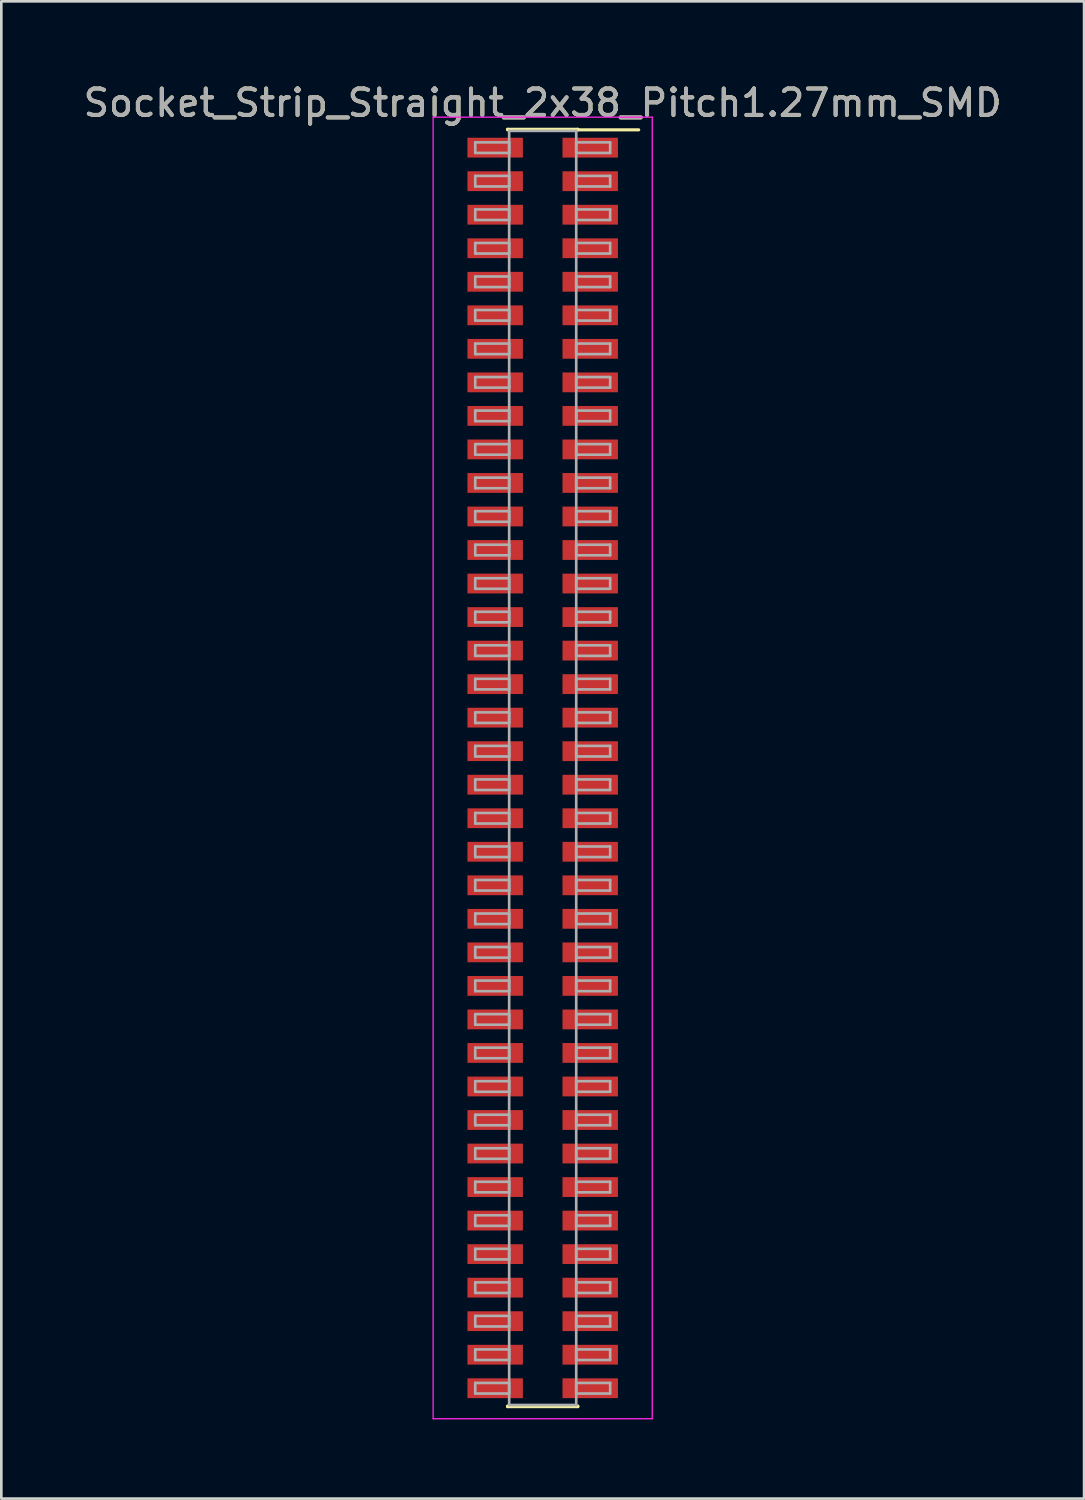
<source format=kicad_pcb>
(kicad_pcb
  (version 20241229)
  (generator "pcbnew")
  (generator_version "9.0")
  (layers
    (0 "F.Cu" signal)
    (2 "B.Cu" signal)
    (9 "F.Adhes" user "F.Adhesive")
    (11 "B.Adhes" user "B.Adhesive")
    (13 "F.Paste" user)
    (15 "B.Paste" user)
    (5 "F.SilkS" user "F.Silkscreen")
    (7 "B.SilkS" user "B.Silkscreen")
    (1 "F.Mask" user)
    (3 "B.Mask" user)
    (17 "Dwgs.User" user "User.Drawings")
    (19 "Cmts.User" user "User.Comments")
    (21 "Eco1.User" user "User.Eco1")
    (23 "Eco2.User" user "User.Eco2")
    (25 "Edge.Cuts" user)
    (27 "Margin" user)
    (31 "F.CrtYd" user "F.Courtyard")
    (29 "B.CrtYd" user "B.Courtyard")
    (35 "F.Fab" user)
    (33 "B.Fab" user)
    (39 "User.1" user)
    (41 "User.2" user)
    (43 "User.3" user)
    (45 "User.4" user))
  (footprint "Socket_Strip_Straight_2x38_Pitch1.27mm_SMD"
    (layer "F.Cu")
    (at 17.506 26.038)
    (property "Reference" "Socket_Strip_Straight_2x38_Pitch1.27mm_SMD" (at 0 -25.19 0) (layer "F.SilkS") (effects (font (size 1 1) (thickness 0.15))))
    (attr smd)
    (fp_line (start -1.33 -24.19) (end 1.33 -24.19) (stroke (width 0.12) (type solid)) (layer "F.SilkS"))
    (fp_line (start -1.33 -24.17) (end -1.33 -24.19) (stroke (width 0.12) (type solid)) (layer "F.SilkS"))
    (fp_line (start -1.33 24.17) (end -1.33 24.19) (stroke (width 0.12) (type solid)) (layer "F.SilkS"))
    (fp_line (start -1.33 24.19) (end 1.33 24.19) (stroke (width 0.12) (type solid)) (layer "F.SilkS"))
    (fp_line (start 1.33 -24.19) (end 1.33 -24.17) (stroke (width 0.12) (type solid)) (layer "F.SilkS"))
    (fp_line (start 1.33 24.19) (end 1.33 24.17) (stroke (width 0.12) (type solid)) (layer "F.SilkS"))
    (fp_line (start 3.635 -24.17) (end 1.33 -24.17) (stroke (width 0.12) (type solid)) (layer "F.SilkS"))
    (fp_line (start -4.15 -24.65) (end -4.15 24.65) (stroke (width 0.05) (type solid)) (layer "F.CrtYd"))
    (fp_line (start -4.15 24.65) (end 4.15 24.65) (stroke (width 0.05) (type solid)) (layer "F.CrtYd"))
    (fp_line (start 4.15 -24.65) (end -4.15 -24.65) (stroke (width 0.05) (type solid)) (layer "F.CrtYd"))
    (fp_line (start 4.15 24.65) (end 4.15 -24.65) (stroke (width 0.05) (type solid)) (layer "F.CrtYd"))
    (fp_line (start -2.555 -23.695) (end -1.27 -23.695) (stroke (width 0.1) (type solid)) (layer "F.Fab"))
    (fp_line (start -2.555 -23.295) (end -2.555 -23.695) (stroke (width 0.1) (type solid)) (layer "F.Fab"))
    (fp_line (start -2.555 -22.425) (end -1.27 -22.425) (stroke (width 0.1) (type solid)) (layer "F.Fab"))
    (fp_line (start -2.555 -22.025) (end -2.555 -22.425) (stroke (width 0.1) (type solid)) (layer "F.Fab"))
    (fp_line (start -2.555 -21.155) (end -1.27 -21.155) (stroke (width 0.1) (type solid)) (layer "F.Fab"))
    (fp_line (start -2.555 -20.755) (end -2.555 -21.155) (stroke (width 0.1) (type solid)) (layer "F.Fab"))
    (fp_line (start -2.555 -19.885) (end -1.27 -19.885) (stroke (width 0.1) (type solid)) (layer "F.Fab"))
    (fp_line (start -2.555 -19.485) (end -2.555 -19.885) (stroke (width 0.1) (type solid)) (layer "F.Fab"))
    (fp_line (start -2.555 -18.615) (end -1.27 -18.615) (stroke (width 0.1) (type solid)) (layer "F.Fab"))
    (fp_line (start -2.555 -18.215) (end -2.555 -18.615) (stroke (width 0.1) (type solid)) (layer "F.Fab"))
    (fp_line (start -2.555 -17.345) (end -1.27 -17.345) (stroke (width 0.1) (type solid)) (layer "F.Fab"))
    (fp_line (start -2.555 -16.945) (end -2.555 -17.345) (stroke (width 0.1) (type solid)) (layer "F.Fab"))
    (fp_line (start -2.555 -16.075) (end -1.27 -16.075) (stroke (width 0.1) (type solid)) (layer "F.Fab"))
    (fp_line (start -2.555 -15.675) (end -2.555 -16.075) (stroke (width 0.1) (type solid)) (layer "F.Fab"))
    (fp_line (start -2.555 -14.805) (end -1.27 -14.805) (stroke (width 0.1) (type solid)) (layer "F.Fab"))
    (fp_line (start -2.555 -14.405) (end -2.555 -14.805) (stroke (width 0.1) (type solid)) (layer "F.Fab"))
    (fp_line (start -2.555 -13.535) (end -1.27 -13.535) (stroke (width 0.1) (type solid)) (layer "F.Fab"))
    (fp_line (start -2.555 -13.135) (end -2.555 -13.535) (stroke (width 0.1) (type solid)) (layer "F.Fab"))
    (fp_line (start -2.555 -12.265) (end -1.27 -12.265) (stroke (width 0.1) (type solid)) (layer "F.Fab"))
    (fp_line (start -2.555 -11.865) (end -2.555 -12.265) (stroke (width 0.1) (type solid)) (layer "F.Fab"))
    (fp_line (start -2.555 -10.995) (end -1.27 -10.995) (stroke (width 0.1) (type solid)) (layer "F.Fab"))
    (fp_line (start -2.555 -10.595) (end -2.555 -10.995) (stroke (width 0.1) (type solid)) (layer "F.Fab"))
    (fp_line (start -2.555 -9.725) (end -1.27 -9.725) (stroke (width 0.1) (type solid)) (layer "F.Fab"))
    (fp_line (start -2.555 -9.325) (end -2.555 -9.725) (stroke (width 0.1) (type solid)) (layer "F.Fab"))
    (fp_line (start -2.555 -8.455) (end -1.27 -8.455) (stroke (width 0.1) (type solid)) (layer "F.Fab"))
    (fp_line (start -2.555 -8.055) (end -2.555 -8.455) (stroke (width 0.1) (type solid)) (layer "F.Fab"))
    (fp_line (start -2.555 -7.185) (end -1.27 -7.185) (stroke (width 0.1) (type solid)) (layer "F.Fab"))
    (fp_line (start -2.555 -6.785) (end -2.555 -7.185) (stroke (width 0.1) (type solid)) (layer "F.Fab"))
    (fp_line (start -2.555 -5.915) (end -1.27 -5.915) (stroke (width 0.1) (type solid)) (layer "F.Fab"))
    (fp_line (start -2.555 -5.515) (end -2.555 -5.915) (stroke (width 0.1) (type solid)) (layer "F.Fab"))
    (fp_line (start -2.555 -4.645) (end -1.27 -4.645) (stroke (width 0.1) (type solid)) (layer "F.Fab"))
    (fp_line (start -2.555 -4.245) (end -2.555 -4.645) (stroke (width 0.1) (type solid)) (layer "F.Fab"))
    (fp_line (start -2.555 -3.375) (end -1.27 -3.375) (stroke (width 0.1) (type solid)) (layer "F.Fab"))
    (fp_line (start -2.555 -2.975) (end -2.555 -3.375) (stroke (width 0.1) (type solid)) (layer "F.Fab"))
    (fp_line (start -2.555 -2.105) (end -1.27 -2.105) (stroke (width 0.1) (type solid)) (layer "F.Fab"))
    (fp_line (start -2.555 -1.705) (end -2.555 -2.105) (stroke (width 0.1) (type solid)) (layer "F.Fab"))
    (fp_line (start -2.555 -0.835) (end -1.27 -0.835) (stroke (width 0.1) (type solid)) (layer "F.Fab"))
    (fp_line (start -2.555 -0.435) (end -2.555 -0.835) (stroke (width 0.1) (type solid)) (layer "F.Fab"))
    (fp_line (start -2.555 0.435) (end -1.27 0.435) (stroke (width 0.1) (type solid)) (layer "F.Fab"))
    (fp_line (start -2.555 0.835) (end -2.555 0.435) (stroke (width 0.1) (type solid)) (layer "F.Fab"))
    (fp_line (start -2.555 1.705) (end -1.27 1.705) (stroke (width 0.1) (type solid)) (layer "F.Fab"))
    (fp_line (start -2.555 2.105) (end -2.555 1.705) (stroke (width 0.1) (type solid)) (layer "F.Fab"))
    (fp_line (start -2.555 2.975) (end -1.27 2.975) (stroke (width 0.1) (type solid)) (layer "F.Fab"))
    (fp_line (start -2.555 3.375) (end -2.555 2.975) (stroke (width 0.1) (type solid)) (layer "F.Fab"))
    (fp_line (start -2.555 4.245) (end -1.27 4.245) (stroke (width 0.1) (type solid)) (layer "F.Fab"))
    (fp_line (start -2.555 4.645) (end -2.555 4.245) (stroke (width 0.1) (type solid)) (layer "F.Fab"))
    (fp_line (start -2.555 5.515) (end -1.27 5.515) (stroke (width 0.1) (type solid)) (layer "F.Fab"))
    (fp_line (start -2.555 5.915) (end -2.555 5.515) (stroke (width 0.1) (type solid)) (layer "F.Fab"))
    (fp_line (start -2.555 6.785) (end -1.27 6.785) (stroke (width 0.1) (type solid)) (layer "F.Fab"))
    (fp_line (start -2.555 7.185) (end -2.555 6.785) (stroke (width 0.1) (type solid)) (layer "F.Fab"))
    (fp_line (start -2.555 8.055) (end -1.27 8.055) (stroke (width 0.1) (type solid)) (layer "F.Fab"))
    (fp_line (start -2.555 8.455) (end -2.555 8.055) (stroke (width 0.1) (type solid)) (layer "F.Fab"))
    (fp_line (start -2.555 9.325) (end -1.27 9.325) (stroke (width 0.1) (type solid)) (layer "F.Fab"))
    (fp_line (start -2.555 9.725) (end -2.555 9.325) (stroke (width 0.1) (type solid)) (layer "F.Fab"))
    (fp_line (start -2.555 10.595) (end -1.27 10.595) (stroke (width 0.1) (type solid)) (layer "F.Fab"))
    (fp_line (start -2.555 10.995) (end -2.555 10.595) (stroke (width 0.1) (type solid)) (layer "F.Fab"))
    (fp_line (start -2.555 11.865) (end -1.27 11.865) (stroke (width 0.1) (type solid)) (layer "F.Fab"))
    (fp_line (start -2.555 12.265) (end -2.555 11.865) (stroke (width 0.1) (type solid)) (layer "F.Fab"))
    (fp_line (start -2.555 13.135) (end -1.27 13.135) (stroke (width 0.1) (type solid)) (layer "F.Fab"))
    (fp_line (start -2.555 13.535) (end -2.555 13.135) (stroke (width 0.1) (type solid)) (layer "F.Fab"))
    (fp_line (start -2.555 14.405) (end -1.27 14.405) (stroke (width 0.1) (type solid)) (layer "F.Fab"))
    (fp_line (start -2.555 14.805) (end -2.555 14.405) (stroke (width 0.1) (type solid)) (layer "F.Fab"))
    (fp_line (start -2.555 15.675) (end -1.27 15.675) (stroke (width 0.1) (type solid)) (layer "F.Fab"))
    (fp_line (start -2.555 16.075) (end -2.555 15.675) (stroke (width 0.1) (type solid)) (layer "F.Fab"))
    (fp_line (start -2.555 16.945) (end -1.27 16.945) (stroke (width 0.1) (type solid)) (layer "F.Fab"))
    (fp_line (start -2.555 17.345) (end -2.555 16.945) (stroke (width 0.1) (type solid)) (layer "F.Fab"))
    (fp_line (start -2.555 18.215) (end -1.27 18.215) (stroke (width 0.1) (type solid)) (layer "F.Fab"))
    (fp_line (start -2.555 18.615) (end -2.555 18.215) (stroke (width 0.1) (type solid)) (layer "F.Fab"))
    (fp_line (start -2.555 19.485) (end -1.27 19.485) (stroke (width 0.1) (type solid)) (layer "F.Fab"))
    (fp_line (start -2.555 19.885) (end -2.555 19.485) (stroke (width 0.1) (type solid)) (layer "F.Fab"))
    (fp_line (start -2.555 20.755) (end -1.27 20.755) (stroke (width 0.1) (type solid)) (layer "F.Fab"))
    (fp_line (start -2.555 21.155) (end -2.555 20.755) (stroke (width 0.1) (type solid)) (layer "F.Fab"))
    (fp_line (start -2.555 22.025) (end -1.27 22.025) (stroke (width 0.1) (type solid)) (layer "F.Fab"))
    (fp_line (start -2.555 22.425) (end -2.555 22.025) (stroke (width 0.1) (type solid)) (layer "F.Fab"))
    (fp_line (start -2.555 23.295) (end -1.27 23.295) (stroke (width 0.1) (type solid)) (layer "F.Fab"))
    (fp_line (start -2.555 23.695) (end -2.555 23.295) (stroke (width 0.1) (type solid)) (layer "F.Fab"))
    (fp_line (start -1.27 -24.13) (end -1.27 24.13) (stroke (width 0.1) (type solid)) (layer "F.Fab"))
    (fp_line (start -1.27 -23.695) (end -1.27 -23.295) (stroke (width 0.1) (type solid)) (layer "F.Fab"))
    (fp_line (start -1.27 -23.295) (end -2.555 -23.295) (stroke (width 0.1) (type solid)) (layer "F.Fab"))
    (fp_line (start -1.27 -22.425) (end -1.27 -22.025) (stroke (width 0.1) (type solid)) (layer "F.Fab"))
    (fp_line (start -1.27 -22.025) (end -2.555 -22.025) (stroke (width 0.1) (type solid)) (layer "F.Fab"))
    (fp_line (start -1.27 -21.155) (end -1.27 -20.755) (stroke (width 0.1) (type solid)) (layer "F.Fab"))
    (fp_line (start -1.27 -20.755) (end -2.555 -20.755) (stroke (width 0.1) (type solid)) (layer "F.Fab"))
    (fp_line (start -1.27 -19.885) (end -1.27 -19.485) (stroke (width 0.1) (type solid)) (layer "F.Fab"))
    (fp_line (start -1.27 -19.485) (end -2.555 -19.485) (stroke (width 0.1) (type solid)) (layer "F.Fab"))
    (fp_line (start -1.27 -18.615) (end -1.27 -18.215) (stroke (width 0.1) (type solid)) (layer "F.Fab"))
    (fp_line (start -1.27 -18.215) (end -2.555 -18.215) (stroke (width 0.1) (type solid)) (layer "F.Fab"))
    (fp_line (start -1.27 -17.345) (end -1.27 -16.945) (stroke (width 0.1) (type solid)) (layer "F.Fab"))
    (fp_line (start -1.27 -16.945) (end -2.555 -16.945) (stroke (width 0.1) (type solid)) (layer "F.Fab"))
    (fp_line (start -1.27 -16.075) (end -1.27 -15.675) (stroke (width 0.1) (type solid)) (layer "F.Fab"))
    (fp_line (start -1.27 -15.675) (end -2.555 -15.675) (stroke (width 0.1) (type solid)) (layer "F.Fab"))
    (fp_line (start -1.27 -14.805) (end -1.27 -14.405) (stroke (width 0.1) (type solid)) (layer "F.Fab"))
    (fp_line (start -1.27 -14.405) (end -2.555 -14.405) (stroke (width 0.1) (type solid)) (layer "F.Fab"))
    (fp_line (start -1.27 -13.535) (end -1.27 -13.135) (stroke (width 0.1) (type solid)) (layer "F.Fab"))
    (fp_line (start -1.27 -13.135) (end -2.555 -13.135) (stroke (width 0.1) (type solid)) (layer "F.Fab"))
    (fp_line (start -1.27 -12.265) (end -1.27 -11.865) (stroke (width 0.1) (type solid)) (layer "F.Fab"))
    (fp_line (start -1.27 -11.865) (end -2.555 -11.865) (stroke (width 0.1) (type solid)) (layer "F.Fab"))
    (fp_line (start -1.27 -10.995) (end -1.27 -10.595) (stroke (width 0.1) (type solid)) (layer "F.Fab"))
    (fp_line (start -1.27 -10.595) (end -2.555 -10.595) (stroke (width 0.1) (type solid)) (layer "F.Fab"))
    (fp_line (start -1.27 -9.725) (end -1.27 -9.325) (stroke (width 0.1) (type solid)) (layer "F.Fab"))
    (fp_line (start -1.27 -9.325) (end -2.555 -9.325) (stroke (width 0.1) (type solid)) (layer "F.Fab"))
    (fp_line (start -1.27 -8.455) (end -1.27 -8.055) (stroke (width 0.1) (type solid)) (layer "F.Fab"))
    (fp_line (start -1.27 -8.055) (end -2.555 -8.055) (stroke (width 0.1) (type solid)) (layer "F.Fab"))
    (fp_line (start -1.27 -7.185) (end -1.27 -6.785) (stroke (width 0.1) (type solid)) (layer "F.Fab"))
    (fp_line (start -1.27 -6.785) (end -2.555 -6.785) (stroke (width 0.1) (type solid)) (layer "F.Fab"))
    (fp_line (start -1.27 -5.915) (end -1.27 -5.515) (stroke (width 0.1) (type solid)) (layer "F.Fab"))
    (fp_line (start -1.27 -5.515) (end -2.555 -5.515) (stroke (width 0.1) (type solid)) (layer "F.Fab"))
    (fp_line (start -1.27 -4.645) (end -1.27 -4.245) (stroke (width 0.1) (type solid)) (layer "F.Fab"))
    (fp_line (start -1.27 -4.245) (end -2.555 -4.245) (stroke (width 0.1) (type solid)) (layer "F.Fab"))
    (fp_line (start -1.27 -3.375) (end -1.27 -2.975) (stroke (width 0.1) (type solid)) (layer "F.Fab"))
    (fp_line (start -1.27 -2.975) (end -2.555 -2.975) (stroke (width 0.1) (type solid)) (layer "F.Fab"))
    (fp_line (start -1.27 -2.105) (end -1.27 -1.705) (stroke (width 0.1) (type solid)) (layer "F.Fab"))
    (fp_line (start -1.27 -1.705) (end -2.555 -1.705) (stroke (width 0.1) (type solid)) (layer "F.Fab"))
    (fp_line (start -1.27 -0.835) (end -1.27 -0.435) (stroke (width 0.1) (type solid)) (layer "F.Fab"))
    (fp_line (start -1.27 -0.435) (end -2.555 -0.435) (stroke (width 0.1) (type solid)) (layer "F.Fab"))
    (fp_line (start -1.27 0.435) (end -1.27 0.835) (stroke (width 0.1) (type solid)) (layer "F.Fab"))
    (fp_line (start -1.27 0.835) (end -2.555 0.835) (stroke (width 0.1) (type solid)) (layer "F.Fab"))
    (fp_line (start -1.27 1.705) (end -1.27 2.105) (stroke (width 0.1) (type solid)) (layer "F.Fab"))
    (fp_line (start -1.27 2.105) (end -2.555 2.105) (stroke (width 0.1) (type solid)) (layer "F.Fab"))
    (fp_line (start -1.27 2.975) (end -1.27 3.375) (stroke (width 0.1) (type solid)) (layer "F.Fab"))
    (fp_line (start -1.27 3.375) (end -2.555 3.375) (stroke (width 0.1) (type solid)) (layer "F.Fab"))
    (fp_line (start -1.27 4.245) (end -1.27 4.645) (stroke (width 0.1) (type solid)) (layer "F.Fab"))
    (fp_line (start -1.27 4.645) (end -2.555 4.645) (stroke (width 0.1) (type solid)) (layer "F.Fab"))
    (fp_line (start -1.27 5.515) (end -1.27 5.915) (stroke (width 0.1) (type solid)) (layer "F.Fab"))
    (fp_line (start -1.27 5.915) (end -2.555 5.915) (stroke (width 0.1) (type solid)) (layer "F.Fab"))
    (fp_line (start -1.27 6.785) (end -1.27 7.185) (stroke (width 0.1) (type solid)) (layer "F.Fab"))
    (fp_line (start -1.27 7.185) (end -2.555 7.185) (stroke (width 0.1) (type solid)) (layer "F.Fab"))
    (fp_line (start -1.27 8.055) (end -1.27 8.455) (stroke (width 0.1) (type solid)) (layer "F.Fab"))
    (fp_line (start -1.27 8.455) (end -2.555 8.455) (stroke (width 0.1) (type solid)) (layer "F.Fab"))
    (fp_line (start -1.27 9.325) (end -1.27 9.725) (stroke (width 0.1) (type solid)) (layer "F.Fab"))
    (fp_line (start -1.27 9.725) (end -2.555 9.725) (stroke (width 0.1) (type solid)) (layer "F.Fab"))
    (fp_line (start -1.27 10.595) (end -1.27 10.995) (stroke (width 0.1) (type solid)) (layer "F.Fab"))
    (fp_line (start -1.27 10.995) (end -2.555 10.995) (stroke (width 0.1) (type solid)) (layer "F.Fab"))
    (fp_line (start -1.27 11.865) (end -1.27 12.265) (stroke (width 0.1) (type solid)) (layer "F.Fab"))
    (fp_line (start -1.27 12.265) (end -2.555 12.265) (stroke (width 0.1) (type solid)) (layer "F.Fab"))
    (fp_line (start -1.27 13.135) (end -1.27 13.535) (stroke (width 0.1) (type solid)) (layer "F.Fab"))
    (fp_line (start -1.27 13.535) (end -2.555 13.535) (stroke (width 0.1) (type solid)) (layer "F.Fab"))
    (fp_line (start -1.27 14.405) (end -1.27 14.805) (stroke (width 0.1) (type solid)) (layer "F.Fab"))
    (fp_line (start -1.27 14.805) (end -2.555 14.805) (stroke (width 0.1) (type solid)) (layer "F.Fab"))
    (fp_line (start -1.27 15.675) (end -1.27 16.075) (stroke (width 0.1) (type solid)) (layer "F.Fab"))
    (fp_line (start -1.27 16.075) (end -2.555 16.075) (stroke (width 0.1) (type solid)) (layer "F.Fab"))
    (fp_line (start -1.27 16.945) (end -1.27 17.345) (stroke (width 0.1) (type solid)) (layer "F.Fab"))
    (fp_line (start -1.27 17.345) (end -2.555 17.345) (stroke (width 0.1) (type solid)) (layer "F.Fab"))
    (fp_line (start -1.27 18.215) (end -1.27 18.615) (stroke (width 0.1) (type solid)) (layer "F.Fab"))
    (fp_line (start -1.27 18.615) (end -2.555 18.615) (stroke (width 0.1) (type solid)) (layer "F.Fab"))
    (fp_line (start -1.27 19.485) (end -1.27 19.885) (stroke (width 0.1) (type solid)) (layer "F.Fab"))
    (fp_line (start -1.27 19.885) (end -2.555 19.885) (stroke (width 0.1) (type solid)) (layer "F.Fab"))
    (fp_line (start -1.27 20.755) (end -1.27 21.155) (stroke (width 0.1) (type solid)) (layer "F.Fab"))
    (fp_line (start -1.27 21.155) (end -2.555 21.155) (stroke (width 0.1) (type solid)) (layer "F.Fab"))
    (fp_line (start -1.27 22.025) (end -1.27 22.425) (stroke (width 0.1) (type solid)) (layer "F.Fab"))
    (fp_line (start -1.27 22.425) (end -2.555 22.425) (stroke (width 0.1) (type solid)) (layer "F.Fab"))
    (fp_line (start -1.27 23.295) (end -1.27 23.695) (stroke (width 0.1) (type solid)) (layer "F.Fab"))
    (fp_line (start -1.27 23.695) (end -2.555 23.695) (stroke (width 0.1) (type solid)) (layer "F.Fab"))
    (fp_line (start -1.27 24.13) (end 1.27 24.13) (stroke (width 0.1) (type solid)) (layer "F.Fab"))
    (fp_line (start 1.27 -24.13) (end -1.27 -24.13) (stroke (width 0.1) (type solid)) (layer "F.Fab"))
    (fp_line (start 1.27 -23.695) (end 1.27 -23.295) (stroke (width 0.1) (type solid)) (layer "F.Fab"))
    (fp_line (start 1.27 -23.295) (end 2.555 -23.295) (stroke (width 0.1) (type solid)) (layer "F.Fab"))
    (fp_line (start 1.27 -22.425) (end 1.27 -22.025) (stroke (width 0.1) (type solid)) (layer "F.Fab"))
    (fp_line (start 1.27 -22.025) (end 2.555 -22.025) (stroke (width 0.1) (type solid)) (layer "F.Fab"))
    (fp_line (start 1.27 -21.155) (end 1.27 -20.755) (stroke (width 0.1) (type solid)) (layer "F.Fab"))
    (fp_line (start 1.27 -20.755) (end 2.555 -20.755) (stroke (width 0.1) (type solid)) (layer "F.Fab"))
    (fp_line (start 1.27 -19.885) (end 1.27 -19.485) (stroke (width 0.1) (type solid)) (layer "F.Fab"))
    (fp_line (start 1.27 -19.485) (end 2.555 -19.485) (stroke (width 0.1) (type solid)) (layer "F.Fab"))
    (fp_line (start 1.27 -18.615) (end 1.27 -18.215) (stroke (width 0.1) (type solid)) (layer "F.Fab"))
    (fp_line (start 1.27 -18.215) (end 2.555 -18.215) (stroke (width 0.1) (type solid)) (layer "F.Fab"))
    (fp_line (start 1.27 -17.345) (end 1.27 -16.945) (stroke (width 0.1) (type solid)) (layer "F.Fab"))
    (fp_line (start 1.27 -16.945) (end 2.555 -16.945) (stroke (width 0.1) (type solid)) (layer "F.Fab"))
    (fp_line (start 1.27 -16.075) (end 1.27 -15.675) (stroke (width 0.1) (type solid)) (layer "F.Fab"))
    (fp_line (start 1.27 -15.675) (end 2.555 -15.675) (stroke (width 0.1) (type solid)) (layer "F.Fab"))
    (fp_line (start 1.27 -14.805) (end 1.27 -14.405) (stroke (width 0.1) (type solid)) (layer "F.Fab"))
    (fp_line (start 1.27 -14.405) (end 2.555 -14.405) (stroke (width 0.1) (type solid)) (layer "F.Fab"))
    (fp_line (start 1.27 -13.535) (end 1.27 -13.135) (stroke (width 0.1) (type solid)) (layer "F.Fab"))
    (fp_line (start 1.27 -13.135) (end 2.555 -13.135) (stroke (width 0.1) (type solid)) (layer "F.Fab"))
    (fp_line (start 1.27 -12.265) (end 1.27 -11.865) (stroke (width 0.1) (type solid)) (layer "F.Fab"))
    (fp_line (start 1.27 -11.865) (end 2.555 -11.865) (stroke (width 0.1) (type solid)) (layer "F.Fab"))
    (fp_line (start 1.27 -10.995) (end 1.27 -10.595) (stroke (width 0.1) (type solid)) (layer "F.Fab"))
    (fp_line (start 1.27 -10.595) (end 2.555 -10.595) (stroke (width 0.1) (type solid)) (layer "F.Fab"))
    (fp_line (start 1.27 -9.725) (end 1.27 -9.325) (stroke (width 0.1) (type solid)) (layer "F.Fab"))
    (fp_line (start 1.27 -9.325) (end 2.555 -9.325) (stroke (width 0.1) (type solid)) (layer "F.Fab"))
    (fp_line (start 1.27 -8.455) (end 1.27 -8.055) (stroke (width 0.1) (type solid)) (layer "F.Fab"))
    (fp_line (start 1.27 -8.055) (end 2.555 -8.055) (stroke (width 0.1) (type solid)) (layer "F.Fab"))
    (fp_line (start 1.27 -7.185) (end 1.27 -6.785) (stroke (width 0.1) (type solid)) (layer "F.Fab"))
    (fp_line (start 1.27 -6.785) (end 2.555 -6.785) (stroke (width 0.1) (type solid)) (layer "F.Fab"))
    (fp_line (start 1.27 -5.915) (end 1.27 -5.515) (stroke (width 0.1) (type solid)) (layer "F.Fab"))
    (fp_line (start 1.27 -5.515) (end 2.555 -5.515) (stroke (width 0.1) (type solid)) (layer "F.Fab"))
    (fp_line (start 1.27 -4.645) (end 1.27 -4.245) (stroke (width 0.1) (type solid)) (layer "F.Fab"))
    (fp_line (start 1.27 -4.245) (end 2.555 -4.245) (stroke (width 0.1) (type solid)) (layer "F.Fab"))
    (fp_line (start 1.27 -3.375) (end 1.27 -2.975) (stroke (width 0.1) (type solid)) (layer "F.Fab"))
    (fp_line (start 1.27 -2.975) (end 2.555 -2.975) (stroke (width 0.1) (type solid)) (layer "F.Fab"))
    (fp_line (start 1.27 -2.105) (end 1.27 -1.705) (stroke (width 0.1) (type solid)) (layer "F.Fab"))
    (fp_line (start 1.27 -1.705) (end 2.555 -1.705) (stroke (width 0.1) (type solid)) (layer "F.Fab"))
    (fp_line (start 1.27 -0.835) (end 1.27 -0.435) (stroke (width 0.1) (type solid)) (layer "F.Fab"))
    (fp_line (start 1.27 -0.435) (end 2.555 -0.435) (stroke (width 0.1) (type solid)) (layer "F.Fab"))
    (fp_line (start 1.27 0.435) (end 1.27 0.835) (stroke (width 0.1) (type solid)) (layer "F.Fab"))
    (fp_line (start 1.27 0.835) (end 2.555 0.835) (stroke (width 0.1) (type solid)) (layer "F.Fab"))
    (fp_line (start 1.27 1.705) (end 1.27 2.105) (stroke (width 0.1) (type solid)) (layer "F.Fab"))
    (fp_line (start 1.27 2.105) (end 2.555 2.105) (stroke (width 0.1) (type solid)) (layer "F.Fab"))
    (fp_line (start 1.27 2.975) (end 1.27 3.375) (stroke (width 0.1) (type solid)) (layer "F.Fab"))
    (fp_line (start 1.27 3.375) (end 2.555 3.375) (stroke (width 0.1) (type solid)) (layer "F.Fab"))
    (fp_line (start 1.27 4.245) (end 1.27 4.645) (stroke (width 0.1) (type solid)) (layer "F.Fab"))
    (fp_line (start 1.27 4.645) (end 2.555 4.645) (stroke (width 0.1) (type solid)) (layer "F.Fab"))
    (fp_line (start 1.27 5.515) (end 1.27 5.915) (stroke (width 0.1) (type solid)) (layer "F.Fab"))
    (fp_line (start 1.27 5.915) (end 2.555 5.915) (stroke (width 0.1) (type solid)) (layer "F.Fab"))
    (fp_line (start 1.27 6.785) (end 1.27 7.185) (stroke (width 0.1) (type solid)) (layer "F.Fab"))
    (fp_line (start 1.27 7.185) (end 2.555 7.185) (stroke (width 0.1) (type solid)) (layer "F.Fab"))
    (fp_line (start 1.27 8.055) (end 1.27 8.455) (stroke (width 0.1) (type solid)) (layer "F.Fab"))
    (fp_line (start 1.27 8.455) (end 2.555 8.455) (stroke (width 0.1) (type solid)) (layer "F.Fab"))
    (fp_line (start 1.27 9.325) (end 1.27 9.725) (stroke (width 0.1) (type solid)) (layer "F.Fab"))
    (fp_line (start 1.27 9.725) (end 2.555 9.725) (stroke (width 0.1) (type solid)) (layer "F.Fab"))
    (fp_line (start 1.27 10.595) (end 1.27 10.995) (stroke (width 0.1) (type solid)) (layer "F.Fab"))
    (fp_line (start 1.27 10.995) (end 2.555 10.995) (stroke (width 0.1) (type solid)) (layer "F.Fab"))
    (fp_line (start 1.27 11.865) (end 1.27 12.265) (stroke (width 0.1) (type solid)) (layer "F.Fab"))
    (fp_line (start 1.27 12.265) (end 2.555 12.265) (stroke (width 0.1) (type solid)) (layer "F.Fab"))
    (fp_line (start 1.27 13.135) (end 1.27 13.535) (stroke (width 0.1) (type solid)) (layer "F.Fab"))
    (fp_line (start 1.27 13.535) (end 2.555 13.535) (stroke (width 0.1) (type solid)) (layer "F.Fab"))
    (fp_line (start 1.27 14.405) (end 1.27 14.805) (stroke (width 0.1) (type solid)) (layer "F.Fab"))
    (fp_line (start 1.27 14.805) (end 2.555 14.805) (stroke (width 0.1) (type solid)) (layer "F.Fab"))
    (fp_line (start 1.27 15.675) (end 1.27 16.075) (stroke (width 0.1) (type solid)) (layer "F.Fab"))
    (fp_line (start 1.27 16.075) (end 2.555 16.075) (stroke (width 0.1) (type solid)) (layer "F.Fab"))
    (fp_line (start 1.27 16.945) (end 1.27 17.345) (stroke (width 0.1) (type solid)) (layer "F.Fab"))
    (fp_line (start 1.27 17.345) (end 2.555 17.345) (stroke (width 0.1) (type solid)) (layer "F.Fab"))
    (fp_line (start 1.27 18.215) (end 1.27 18.615) (stroke (width 0.1) (type solid)) (layer "F.Fab"))
    (fp_line (start 1.27 18.615) (end 2.555 18.615) (stroke (width 0.1) (type solid)) (layer "F.Fab"))
    (fp_line (start 1.27 19.485) (end 1.27 19.885) (stroke (width 0.1) (type solid)) (layer "F.Fab"))
    (fp_line (start 1.27 19.885) (end 2.555 19.885) (stroke (width 0.1) (type solid)) (layer "F.Fab"))
    (fp_line (start 1.27 20.755) (end 1.27 21.155) (stroke (width 0.1) (type solid)) (layer "F.Fab"))
    (fp_line (start 1.27 21.155) (end 2.555 21.155) (stroke (width 0.1) (type solid)) (layer "F.Fab"))
    (fp_line (start 1.27 22.025) (end 1.27 22.425) (stroke (width 0.1) (type solid)) (layer "F.Fab"))
    (fp_line (start 1.27 22.425) (end 2.555 22.425) (stroke (width 0.1) (type solid)) (layer "F.Fab"))
    (fp_line (start 1.27 23.295) (end 1.27 23.695) (stroke (width 0.1) (type solid)) (layer "F.Fab"))
    (fp_line (start 1.27 23.695) (end 2.555 23.695) (stroke (width 0.1) (type solid)) (layer "F.Fab"))
    (fp_line (start 1.27 24.13) (end 1.27 -24.13) (stroke (width 0.1) (type solid)) (layer "F.Fab"))
    (fp_line (start 2.555 -23.695) (end 1.27 -23.695) (stroke (width 0.1) (type solid)) (layer "F.Fab"))
    (fp_line (start 2.555 -23.295) (end 2.555 -23.695) (stroke (width 0.1) (type solid)) (layer "F.Fab"))
    (fp_line (start 2.555 -22.425) (end 1.27 -22.425) (stroke (width 0.1) (type solid)) (layer "F.Fab"))
    (fp_line (start 2.555 -22.025) (end 2.555 -22.425) (stroke (width 0.1) (type solid)) (layer "F.Fab"))
    (fp_line (start 2.555 -21.155) (end 1.27 -21.155) (stroke (width 0.1) (type solid)) (layer "F.Fab"))
    (fp_line (start 2.555 -20.755) (end 2.555 -21.155) (stroke (width 0.1) (type solid)) (layer "F.Fab"))
    (fp_line (start 2.555 -19.885) (end 1.27 -19.885) (stroke (width 0.1) (type solid)) (layer "F.Fab"))
    (fp_line (start 2.555 -19.485) (end 2.555 -19.885) (stroke (width 0.1) (type solid)) (layer "F.Fab"))
    (fp_line (start 2.555 -18.615) (end 1.27 -18.615) (stroke (width 0.1) (type solid)) (layer "F.Fab"))
    (fp_line (start 2.555 -18.215) (end 2.555 -18.615) (stroke (width 0.1) (type solid)) (layer "F.Fab"))
    (fp_line (start 2.555 -17.345) (end 1.27 -17.345) (stroke (width 0.1) (type solid)) (layer "F.Fab"))
    (fp_line (start 2.555 -16.945) (end 2.555 -17.345) (stroke (width 0.1) (type solid)) (layer "F.Fab"))
    (fp_line (start 2.555 -16.075) (end 1.27 -16.075) (stroke (width 0.1) (type solid)) (layer "F.Fab"))
    (fp_line (start 2.555 -15.675) (end 2.555 -16.075) (stroke (width 0.1) (type solid)) (layer "F.Fab"))
    (fp_line (start 2.555 -14.805) (end 1.27 -14.805) (stroke (width 0.1) (type solid)) (layer "F.Fab"))
    (fp_line (start 2.555 -14.405) (end 2.555 -14.805) (stroke (width 0.1) (type solid)) (layer "F.Fab"))
    (fp_line (start 2.555 -13.535) (end 1.27 -13.535) (stroke (width 0.1) (type solid)) (layer "F.Fab"))
    (fp_line (start 2.555 -13.135) (end 2.555 -13.535) (stroke (width 0.1) (type solid)) (layer "F.Fab"))
    (fp_line (start 2.555 -12.265) (end 1.27 -12.265) (stroke (width 0.1) (type solid)) (layer "F.Fab"))
    (fp_line (start 2.555 -11.865) (end 2.555 -12.265) (stroke (width 0.1) (type solid)) (layer "F.Fab"))
    (fp_line (start 2.555 -10.995) (end 1.27 -10.995) (stroke (width 0.1) (type solid)) (layer "F.Fab"))
    (fp_line (start 2.555 -10.595) (end 2.555 -10.995) (stroke (width 0.1) (type solid)) (layer "F.Fab"))
    (fp_line (start 2.555 -9.725) (end 1.27 -9.725) (stroke (width 0.1) (type solid)) (layer "F.Fab"))
    (fp_line (start 2.555 -9.325) (end 2.555 -9.725) (stroke (width 0.1) (type solid)) (layer "F.Fab"))
    (fp_line (start 2.555 -8.455) (end 1.27 -8.455) (stroke (width 0.1) (type solid)) (layer "F.Fab"))
    (fp_line (start 2.555 -8.055) (end 2.555 -8.455) (stroke (width 0.1) (type solid)) (layer "F.Fab"))
    (fp_line (start 2.555 -7.185) (end 1.27 -7.185) (stroke (width 0.1) (type solid)) (layer "F.Fab"))
    (fp_line (start 2.555 -6.785) (end 2.555 -7.185) (stroke (width 0.1) (type solid)) (layer "F.Fab"))
    (fp_line (start 2.555 -5.915) (end 1.27 -5.915) (stroke (width 0.1) (type solid)) (layer "F.Fab"))
    (fp_line (start 2.555 -5.515) (end 2.555 -5.915) (stroke (width 0.1) (type solid)) (layer "F.Fab"))
    (fp_line (start 2.555 -4.645) (end 1.27 -4.645) (stroke (width 0.1) (type solid)) (layer "F.Fab"))
    (fp_line (start 2.555 -4.245) (end 2.555 -4.645) (stroke (width 0.1) (type solid)) (layer "F.Fab"))
    (fp_line (start 2.555 -3.375) (end 1.27 -3.375) (stroke (width 0.1) (type solid)) (layer "F.Fab"))
    (fp_line (start 2.555 -2.975) (end 2.555 -3.375) (stroke (width 0.1) (type solid)) (layer "F.Fab"))
    (fp_line (start 2.555 -2.105) (end 1.27 -2.105) (stroke (width 0.1) (type solid)) (layer "F.Fab"))
    (fp_line (start 2.555 -1.705) (end 2.555 -2.105) (stroke (width 0.1) (type solid)) (layer "F.Fab"))
    (fp_line (start 2.555 -0.835) (end 1.27 -0.835) (stroke (width 0.1) (type solid)) (layer "F.Fab"))
    (fp_line (start 2.555 -0.435) (end 2.555 -0.835) (stroke (width 0.1) (type solid)) (layer "F.Fab"))
    (fp_line (start 2.555 0.435) (end 1.27 0.435) (stroke (width 0.1) (type solid)) (layer "F.Fab"))
    (fp_line (start 2.555 0.835) (end 2.555 0.435) (stroke (width 0.1) (type solid)) (layer "F.Fab"))
    (fp_line (start 2.555 1.705) (end 1.27 1.705) (stroke (width 0.1) (type solid)) (layer "F.Fab"))
    (fp_line (start 2.555 2.105) (end 2.555 1.705) (stroke (width 0.1) (type solid)) (layer "F.Fab"))
    (fp_line (start 2.555 2.975) (end 1.27 2.975) (stroke (width 0.1) (type solid)) (layer "F.Fab"))
    (fp_line (start 2.555 3.375) (end 2.555 2.975) (stroke (width 0.1) (type solid)) (layer "F.Fab"))
    (fp_line (start 2.555 4.245) (end 1.27 4.245) (stroke (width 0.1) (type solid)) (layer "F.Fab"))
    (fp_line (start 2.555 4.645) (end 2.555 4.245) (stroke (width 0.1) (type solid)) (layer "F.Fab"))
    (fp_line (start 2.555 5.515) (end 1.27 5.515) (stroke (width 0.1) (type solid)) (layer "F.Fab"))
    (fp_line (start 2.555 5.915) (end 2.555 5.515) (stroke (width 0.1) (type solid)) (layer "F.Fab"))
    (fp_line (start 2.555 6.785) (end 1.27 6.785) (stroke (width 0.1) (type solid)) (layer "F.Fab"))
    (fp_line (start 2.555 7.185) (end 2.555 6.785) (stroke (width 0.1) (type solid)) (layer "F.Fab"))
    (fp_line (start 2.555 8.055) (end 1.27 8.055) (stroke (width 0.1) (type solid)) (layer "F.Fab"))
    (fp_line (start 2.555 8.455) (end 2.555 8.055) (stroke (width 0.1) (type solid)) (layer "F.Fab"))
    (fp_line (start 2.555 9.325) (end 1.27 9.325) (stroke (width 0.1) (type solid)) (layer "F.Fab"))
    (fp_line (start 2.555 9.725) (end 2.555 9.325) (stroke (width 0.1) (type solid)) (layer "F.Fab"))
    (fp_line (start 2.555 10.595) (end 1.27 10.595) (stroke (width 0.1) (type solid)) (layer "F.Fab"))
    (fp_line (start 2.555 10.995) (end 2.555 10.595) (stroke (width 0.1) (type solid)) (layer "F.Fab"))
    (fp_line (start 2.555 11.865) (end 1.27 11.865) (stroke (width 0.1) (type solid)) (layer "F.Fab"))
    (fp_line (start 2.555 12.265) (end 2.555 11.865) (stroke (width 0.1) (type solid)) (layer "F.Fab"))
    (fp_line (start 2.555 13.135) (end 1.27 13.135) (stroke (width 0.1) (type solid)) (layer "F.Fab"))
    (fp_line (start 2.555 13.535) (end 2.555 13.135) (stroke (width 0.1) (type solid)) (layer "F.Fab"))
    (fp_line (start 2.555 14.405) (end 1.27 14.405) (stroke (width 0.1) (type solid)) (layer "F.Fab"))
    (fp_line (start 2.555 14.805) (end 2.555 14.405) (stroke (width 0.1) (type solid)) (layer "F.Fab"))
    (fp_line (start 2.555 15.675) (end 1.27 15.675) (stroke (width 0.1) (type solid)) (layer "F.Fab"))
    (fp_line (start 2.555 16.075) (end 2.555 15.675) (stroke (width 0.1) (type solid)) (layer "F.Fab"))
    (fp_line (start 2.555 16.945) (end 1.27 16.945) (stroke (width 0.1) (type solid)) (layer "F.Fab"))
    (fp_line (start 2.555 17.345) (end 2.555 16.945) (stroke (width 0.1) (type solid)) (layer "F.Fab"))
    (fp_line (start 2.555 18.215) (end 1.27 18.215) (stroke (width 0.1) (type solid)) (layer "F.Fab"))
    (fp_line (start 2.555 18.615) (end 2.555 18.215) (stroke (width 0.1) (type solid)) (layer "F.Fab"))
    (fp_line (start 2.555 19.485) (end 1.27 19.485) (stroke (width 0.1) (type solid)) (layer "F.Fab"))
    (fp_line (start 2.555 19.885) (end 2.555 19.485) (stroke (width 0.1) (type solid)) (layer "F.Fab"))
    (fp_line (start 2.555 20.755) (end 1.27 20.755) (stroke (width 0.1) (type solid)) (layer "F.Fab"))
    (fp_line (start 2.555 21.155) (end 2.555 20.755) (stroke (width 0.1) (type solid)) (layer "F.Fab"))
    (fp_line (start 2.555 22.025) (end 1.27 22.025) (stroke (width 0.1) (type solid)) (layer "F.Fab"))
    (fp_line (start 2.555 22.425) (end 2.555 22.025) (stroke (width 0.1) (type solid)) (layer "F.Fab"))
    (fp_line (start 2.555 23.295) (end 1.27 23.295) (stroke (width 0.1) (type solid)) (layer "F.Fab"))
    (fp_line (start 2.555 23.695) (end 2.555 23.295) (stroke (width 0.1) (type solid)) (layer "F.Fab"))
    (fp_text user "${REFERENCE}" (at 0 -25.19 0) (layer "F.Fab") (effects (font (size 1 1) (thickness 0.15))))
    (pad "1" smd rect (at 1.8 -23.495) (size 2.1 0.75) (layers "F.Cu" "F.Mask" "F.Paste"))
    (pad "2" smd rect (at -1.8 -23.495) (size 2.1 0.75) (layers "F.Cu" "F.Mask" "F.Paste"))
    (pad "3" smd rect (at 1.8 -22.225) (size 2.1 0.75) (layers "F.Cu" "F.Mask" "F.Paste"))
    (pad "4" smd rect (at -1.8 -22.225) (size 2.1 0.75) (layers "F.Cu" "F.Mask" "F.Paste"))
    (pad "5" smd rect (at 1.8 -20.955) (size 2.1 0.75) (layers "F.Cu" "F.Mask" "F.Paste"))
    (pad "6" smd rect (at -1.8 -20.955) (size 2.1 0.75) (layers "F.Cu" "F.Mask" "F.Paste"))
    (pad "7" smd rect (at 1.8 -19.685) (size 2.1 0.75) (layers "F.Cu" "F.Mask" "F.Paste"))
    (pad "8" smd rect (at -1.8 -19.685) (size 2.1 0.75) (layers "F.Cu" "F.Mask" "F.Paste"))
    (pad "9" smd rect (at 1.8 -18.415) (size 2.1 0.75) (layers "F.Cu" "F.Mask" "F.Paste"))
    (pad "10" smd rect (at -1.8 -18.415) (size 2.1 0.75) (layers "F.Cu" "F.Mask" "F.Paste"))
    (pad "11" smd rect (at 1.8 -17.145) (size 2.1 0.75) (layers "F.Cu" "F.Mask" "F.Paste"))
    (pad "12" smd rect (at -1.8 -17.145) (size 2.1 0.75) (layers "F.Cu" "F.Mask" "F.Paste"))
    (pad "13" smd rect (at 1.8 -15.875) (size 2.1 0.75) (layers "F.Cu" "F.Mask" "F.Paste"))
    (pad "14" smd rect (at -1.8 -15.875) (size 2.1 0.75) (layers "F.Cu" "F.Mask" "F.Paste"))
    (pad "15" smd rect (at 1.8 -14.605) (size 2.1 0.75) (layers "F.Cu" "F.Mask" "F.Paste"))
    (pad "16" smd rect (at -1.8 -14.605) (size 2.1 0.75) (layers "F.Cu" "F.Mask" "F.Paste"))
    (pad "17" smd rect (at 1.8 -13.335) (size 2.1 0.75) (layers "F.Cu" "F.Mask" "F.Paste"))
    (pad "18" smd rect (at -1.8 -13.335) (size 2.1 0.75) (layers "F.Cu" "F.Mask" "F.Paste"))
    (pad "19" smd rect (at 1.8 -12.065) (size 2.1 0.75) (layers "F.Cu" "F.Mask" "F.Paste"))
    (pad "20" smd rect (at -1.8 -12.065) (size 2.1 0.75) (layers "F.Cu" "F.Mask" "F.Paste"))
    (pad "21" smd rect (at 1.8 -10.795) (size 2.1 0.75) (layers "F.Cu" "F.Mask" "F.Paste"))
    (pad "22" smd rect (at -1.8 -10.795) (size 2.1 0.75) (layers "F.Cu" "F.Mask" "F.Paste"))
    (pad "23" smd rect (at 1.8 -9.525) (size 2.1 0.75) (layers "F.Cu" "F.Mask" "F.Paste"))
    (pad "24" smd rect (at -1.8 -9.525) (size 2.1 0.75) (layers "F.Cu" "F.Mask" "F.Paste"))
    (pad "25" smd rect (at 1.8 -8.255) (size 2.1 0.75) (layers "F.Cu" "F.Mask" "F.Paste"))
    (pad "26" smd rect (at -1.8 -8.255) (size 2.1 0.75) (layers "F.Cu" "F.Mask" "F.Paste"))
    (pad "27" smd rect (at 1.8 -6.985) (size 2.1 0.75) (layers "F.Cu" "F.Mask" "F.Paste"))
    (pad "28" smd rect (at -1.8 -6.985) (size 2.1 0.75) (layers "F.Cu" "F.Mask" "F.Paste"))
    (pad "29" smd rect (at 1.8 -5.715) (size 2.1 0.75) (layers "F.Cu" "F.Mask" "F.Paste"))
    (pad "30" smd rect (at -1.8 -5.715) (size 2.1 0.75) (layers "F.Cu" "F.Mask" "F.Paste"))
    (pad "31" smd rect (at 1.8 -4.445) (size 2.1 0.75) (layers "F.Cu" "F.Mask" "F.Paste"))
    (pad "32" smd rect (at -1.8 -4.445) (size 2.1 0.75) (layers "F.Cu" "F.Mask" "F.Paste"))
    (pad "33" smd rect (at 1.8 -3.175) (size 2.1 0.75) (layers "F.Cu" "F.Mask" "F.Paste"))
    (pad "34" smd rect (at -1.8 -3.175) (size 2.1 0.75) (layers "F.Cu" "F.Mask" "F.Paste"))
    (pad "35" smd rect (at 1.8 -1.905) (size 2.1 0.75) (layers "F.Cu" "F.Mask" "F.Paste"))
    (pad "36" smd rect (at -1.8 -1.905) (size 2.1 0.75) (layers "F.Cu" "F.Mask" "F.Paste"))
    (pad "37" smd rect (at 1.8 -0.635) (size 2.1 0.75) (layers "F.Cu" "F.Mask" "F.Paste"))
    (pad "38" smd rect (at -1.8 -0.635) (size 2.1 0.75) (layers "F.Cu" "F.Mask" "F.Paste"))
    (pad "39" smd rect (at 1.8 0.635) (size 2.1 0.75) (layers "F.Cu" "F.Mask" "F.Paste"))
    (pad "40" smd rect (at -1.8 0.635) (size 2.1 0.75) (layers "F.Cu" "F.Mask" "F.Paste"))
    (pad "41" smd rect (at 1.8 1.905) (size 2.1 0.75) (layers "F.Cu" "F.Mask" "F.Paste"))
    (pad "42" smd rect (at -1.8 1.905) (size 2.1 0.75) (layers "F.Cu" "F.Mask" "F.Paste"))
    (pad "43" smd rect (at 1.8 3.175) (size 2.1 0.75) (layers "F.Cu" "F.Mask" "F.Paste"))
    (pad "44" smd rect (at -1.8 3.175) (size 2.1 0.75) (layers "F.Cu" "F.Mask" "F.Paste"))
    (pad "45" smd rect (at 1.8 4.445) (size 2.1 0.75) (layers "F.Cu" "F.Mask" "F.Paste"))
    (pad "46" smd rect (at -1.8 4.445) (size 2.1 0.75) (layers "F.Cu" "F.Mask" "F.Paste"))
    (pad "47" smd rect (at 1.8 5.715) (size 2.1 0.75) (layers "F.Cu" "F.Mask" "F.Paste"))
    (pad "48" smd rect (at -1.8 5.715) (size 2.1 0.75) (layers "F.Cu" "F.Mask" "F.Paste"))
    (pad "49" smd rect (at 1.8 6.985) (size 2.1 0.75) (layers "F.Cu" "F.Mask" "F.Paste"))
    (pad "50" smd rect (at -1.8 6.985) (size 2.1 0.75) (layers "F.Cu" "F.Mask" "F.Paste"))
    (pad "51" smd rect (at 1.8 8.255) (size 2.1 0.75) (layers "F.Cu" "F.Mask" "F.Paste"))
    (pad "52" smd rect (at -1.8 8.255) (size 2.1 0.75) (layers "F.Cu" "F.Mask" "F.Paste"))
    (pad "53" smd rect (at 1.8 9.525) (size 2.1 0.75) (layers "F.Cu" "F.Mask" "F.Paste"))
    (pad "54" smd rect (at -1.8 9.525) (size 2.1 0.75) (layers "F.Cu" "F.Mask" "F.Paste"))
    (pad "55" smd rect (at 1.8 10.795) (size 2.1 0.75) (layers "F.Cu" "F.Mask" "F.Paste"))
    (pad "56" smd rect (at -1.8 10.795) (size 2.1 0.75) (layers "F.Cu" "F.Mask" "F.Paste"))
    (pad "57" smd rect (at 1.8 12.065) (size 2.1 0.75) (layers "F.Cu" "F.Mask" "F.Paste"))
    (pad "58" smd rect (at -1.8 12.065) (size 2.1 0.75) (layers "F.Cu" "F.Mask" "F.Paste"))
    (pad "59" smd rect (at 1.8 13.335) (size 2.1 0.75) (layers "F.Cu" "F.Mask" "F.Paste"))
    (pad "60" smd rect (at -1.8 13.335) (size 2.1 0.75) (layers "F.Cu" "F.Mask" "F.Paste"))
    (pad "61" smd rect (at 1.8 14.605) (size 2.1 0.75) (layers "F.Cu" "F.Mask" "F.Paste"))
    (pad "62" smd rect (at -1.8 14.605) (size 2.1 0.75) (layers "F.Cu" "F.Mask" "F.Paste"))
    (pad "63" smd rect (at 1.8 15.875) (size 2.1 0.75) (layers "F.Cu" "F.Mask" "F.Paste"))
    (pad "64" smd rect (at -1.8 15.875) (size 2.1 0.75) (layers "F.Cu" "F.Mask" "F.Paste"))
    (pad "65" smd rect (at 1.8 17.145) (size 2.1 0.75) (layers "F.Cu" "F.Mask" "F.Paste"))
    (pad "66" smd rect (at -1.8 17.145) (size 2.1 0.75) (layers "F.Cu" "F.Mask" "F.Paste"))
    (pad "67" smd rect (at 1.8 18.415) (size 2.1 0.75) (layers "F.Cu" "F.Mask" "F.Paste"))
    (pad "68" smd rect (at -1.8 18.415) (size 2.1 0.75) (layers "F.Cu" "F.Mask" "F.Paste"))
    (pad "69" smd rect (at 1.8 19.685) (size 2.1 0.75) (layers "F.Cu" "F.Mask" "F.Paste"))
    (pad "70" smd rect (at -1.8 19.685) (size 2.1 0.75) (layers "F.Cu" "F.Mask" "F.Paste"))
    (pad "71" smd rect (at 1.8 20.955) (size 2.1 0.75) (layers "F.Cu" "F.Mask" "F.Paste"))
    (pad "72" smd rect (at -1.8 20.955) (size 2.1 0.75) (layers "F.Cu" "F.Mask" "F.Paste"))
    (pad "73" smd rect (at 1.8 22.225) (size 2.1 0.75) (layers "F.Cu" "F.Mask" "F.Paste"))
    (pad "74" smd rect (at -1.8 22.225) (size 2.1 0.75) (layers "F.Cu" "F.Mask" "F.Paste"))
    (pad "75" smd rect (at 1.8 23.495) (size 2.1 0.75) (layers "F.Cu" "F.Mask" "F.Paste"))
    (pad "76" smd rect (at -1.8 23.495) (size 2.1 0.75) (layers "F.Cu" "F.Mask" "F.Paste")))
  (gr_rect
    (start -3 -3)
    (end 38.012 53.713)
    (stroke (width 0.1) (type default))
    (fill no)
    (layer "Edge.Cuts")))
</source>
